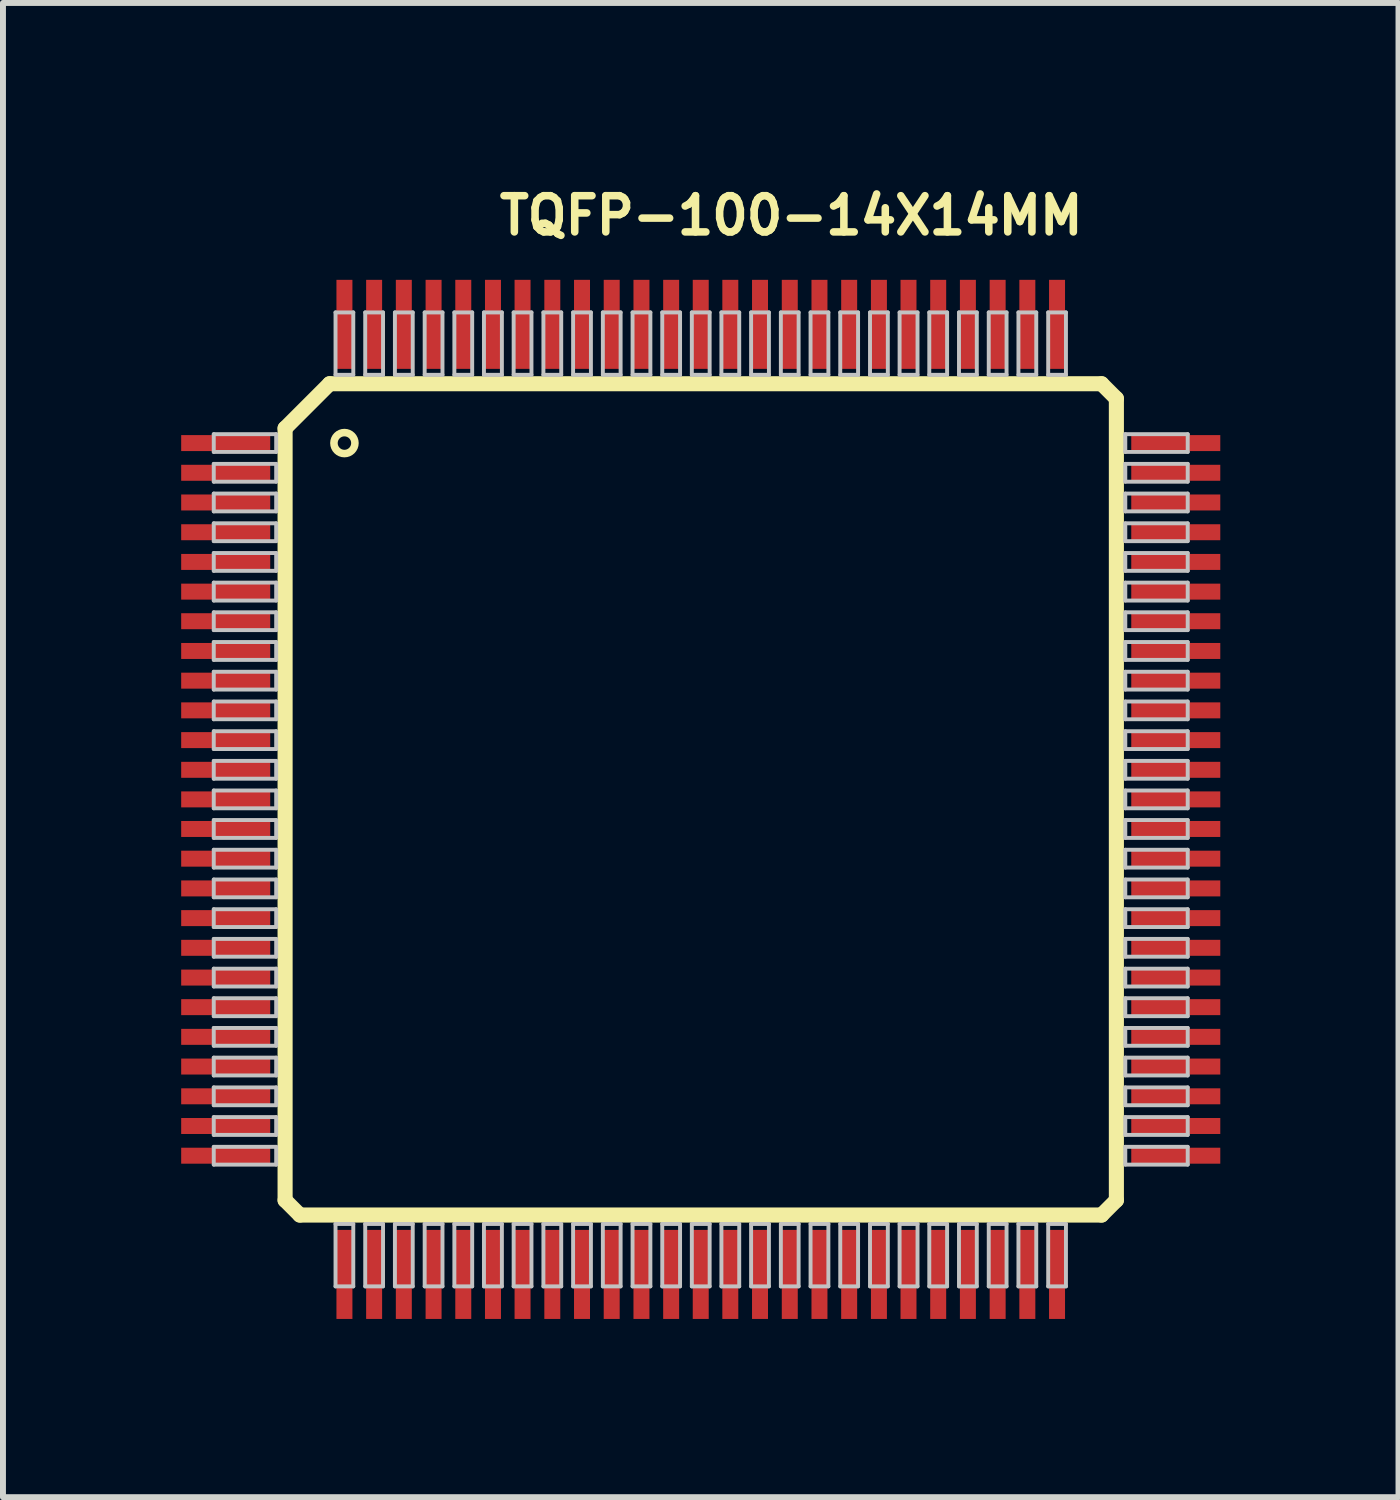
<source format=kicad_pcb>
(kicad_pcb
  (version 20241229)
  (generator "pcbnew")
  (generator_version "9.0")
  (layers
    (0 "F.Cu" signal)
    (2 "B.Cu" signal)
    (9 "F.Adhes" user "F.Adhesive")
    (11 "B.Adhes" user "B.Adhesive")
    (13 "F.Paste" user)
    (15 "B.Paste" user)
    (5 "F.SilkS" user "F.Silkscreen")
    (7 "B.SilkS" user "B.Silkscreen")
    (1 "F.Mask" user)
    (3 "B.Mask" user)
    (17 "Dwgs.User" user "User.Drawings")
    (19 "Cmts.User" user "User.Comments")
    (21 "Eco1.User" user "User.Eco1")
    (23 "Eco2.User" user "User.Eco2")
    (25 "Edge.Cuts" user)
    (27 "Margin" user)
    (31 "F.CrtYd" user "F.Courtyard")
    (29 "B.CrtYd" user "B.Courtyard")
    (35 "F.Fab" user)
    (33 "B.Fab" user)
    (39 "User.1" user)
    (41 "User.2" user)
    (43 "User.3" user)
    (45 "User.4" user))
  (footprint "TQFP-100-14X14MM"
    (layer "F.Cu")
    (at 8.748 10.409)
    (property "Reference" "TQFP-100-14X14MM" (at 1.524 -9.83 0) (layer "F.SilkS") (effects (font (size 0.61 0.61) (thickness 0.127))))
    (attr smd)
    (fp_line (start -6.998 -6.248) (end -6.248 -6.998) (stroke (width 0.254) (type solid)) (layer "F.SilkS"))
    (fp_line (start -6.998 6.749) (end -6.998 -6.248) (stroke (width 0.254) (type solid)) (layer "F.SilkS"))
    (fp_line (start -6.749 6.998) (end -6.998 6.749) (stroke (width 0.254) (type solid)) (layer "F.SilkS"))
    (fp_line (start -6.248 -6.998) (end 6.749 -6.998) (stroke (width 0.254) (type solid)) (layer "F.SilkS"))
    (fp_line (start 6.749 -6.998) (end 6.998 -6.749) (stroke (width 0.254) (type solid)) (layer "F.SilkS"))
    (fp_line (start 6.749 6.998) (end -6.749 6.998) (stroke (width 0.254) (type solid)) (layer "F.SilkS"))
    (fp_line (start 6.998 -6.749) (end 6.998 6.749) (stroke (width 0.254) (type solid)) (layer "F.SilkS"))
    (fp_line (start 6.998 6.749) (end 6.749 6.998) (stroke (width 0.254) (type solid)) (layer "F.SilkS"))
    (fp_circle (center -5.999 -5.999) (end -6.124 -6.124) (stroke (width 0.127) (type solid)) (fill no) (layer "F.SilkS"))
    (fp_line (start -8.199 -6.149) (end -7.148 -6.149) (stroke (width 0.066) (type solid)) (layer "Dwgs.User"))
    (fp_line (start -8.199 -5.85) (end -8.199 -6.149) (stroke (width 0.066) (type solid)) (layer "Dwgs.User"))
    (fp_line (start -8.199 -5.85) (end -7.148 -5.85) (stroke (width 0.066) (type solid)) (layer "Dwgs.User"))
    (fp_line (start -8.199 -5.649) (end -7.148 -5.649) (stroke (width 0.066) (type solid)) (layer "Dwgs.User"))
    (fp_line (start -8.199 -5.349) (end -8.199 -5.649) (stroke (width 0.066) (type solid)) (layer "Dwgs.User"))
    (fp_line (start -8.199 -5.349) (end -7.148 -5.349) (stroke (width 0.066) (type solid)) (layer "Dwgs.User"))
    (fp_line (start -8.199 -5.149) (end -7.148 -5.149) (stroke (width 0.066) (type solid)) (layer "Dwgs.User"))
    (fp_line (start -8.199 -4.849) (end -8.199 -5.149) (stroke (width 0.066) (type solid)) (layer "Dwgs.User"))
    (fp_line (start -8.199 -4.849) (end -7.148 -4.849) (stroke (width 0.066) (type solid)) (layer "Dwgs.User"))
    (fp_line (start -8.199 -4.648) (end -7.148 -4.648) (stroke (width 0.066) (type solid)) (layer "Dwgs.User"))
    (fp_line (start -8.199 -4.348) (end -8.199 -4.648) (stroke (width 0.066) (type solid)) (layer "Dwgs.User"))
    (fp_line (start -8.199 -4.348) (end -7.148 -4.348) (stroke (width 0.066) (type solid)) (layer "Dwgs.User"))
    (fp_line (start -8.199 -4.148) (end -7.148 -4.148) (stroke (width 0.066) (type solid)) (layer "Dwgs.User"))
    (fp_line (start -8.199 -3.848) (end -8.199 -4.148) (stroke (width 0.066) (type solid)) (layer "Dwgs.User"))
    (fp_line (start -8.199 -3.848) (end -7.148 -3.848) (stroke (width 0.066) (type solid)) (layer "Dwgs.User"))
    (fp_line (start -8.199 -3.65) (end -7.148 -3.65) (stroke (width 0.066) (type solid)) (layer "Dwgs.User"))
    (fp_line (start -8.199 -3.348) (end -8.199 -3.65) (stroke (width 0.066) (type solid)) (layer "Dwgs.User"))
    (fp_line (start -8.199 -3.348) (end -7.148 -3.348) (stroke (width 0.066) (type solid)) (layer "Dwgs.User"))
    (fp_line (start -8.199 -3.15) (end -7.148 -3.15) (stroke (width 0.066) (type solid)) (layer "Dwgs.User"))
    (fp_line (start -8.199 -2.85) (end -8.199 -3.15) (stroke (width 0.066) (type solid)) (layer "Dwgs.User"))
    (fp_line (start -8.199 -2.85) (end -7.148 -2.85) (stroke (width 0.066) (type solid)) (layer "Dwgs.User"))
    (fp_line (start -8.199 -2.649) (end -7.148 -2.649) (stroke (width 0.066) (type solid)) (layer "Dwgs.User"))
    (fp_line (start -8.199 -2.349) (end -8.199 -2.649) (stroke (width 0.066) (type solid)) (layer "Dwgs.User"))
    (fp_line (start -8.199 -2.349) (end -7.148 -2.349) (stroke (width 0.066) (type solid)) (layer "Dwgs.User"))
    (fp_line (start -8.199 -2.149) (end -7.148 -2.149) (stroke (width 0.066) (type solid)) (layer "Dwgs.User"))
    (fp_line (start -8.199 -1.849) (end -8.199 -2.149) (stroke (width 0.066) (type solid)) (layer "Dwgs.User"))
    (fp_line (start -8.199 -1.849) (end -7.148 -1.849) (stroke (width 0.066) (type solid)) (layer "Dwgs.User"))
    (fp_line (start -8.199 -1.648) (end -7.148 -1.648) (stroke (width 0.066) (type solid)) (layer "Dwgs.User"))
    (fp_line (start -8.199 -1.349) (end -8.199 -1.648) (stroke (width 0.066) (type solid)) (layer "Dwgs.User"))
    (fp_line (start -8.199 -1.349) (end -7.148 -1.349) (stroke (width 0.066) (type solid)) (layer "Dwgs.User"))
    (fp_line (start -8.199 -1.148) (end -7.148 -1.148) (stroke (width 0.066) (type solid)) (layer "Dwgs.User"))
    (fp_line (start -8.199 -0.848) (end -8.199 -1.148) (stroke (width 0.066) (type solid)) (layer "Dwgs.User"))
    (fp_line (start -8.199 -0.848) (end -7.148 -0.848) (stroke (width 0.066) (type solid)) (layer "Dwgs.User"))
    (fp_line (start -8.199 -0.648) (end -7.148 -0.648) (stroke (width 0.066) (type solid)) (layer "Dwgs.User"))
    (fp_line (start -8.199 -0.348) (end -8.199 -0.648) (stroke (width 0.066) (type solid)) (layer "Dwgs.User"))
    (fp_line (start -8.199 -0.348) (end -7.148 -0.348) (stroke (width 0.066) (type solid)) (layer "Dwgs.User"))
    (fp_line (start -8.199 -0.15) (end -7.148 -0.15) (stroke (width 0.066) (type solid)) (layer "Dwgs.User"))
    (fp_line (start -8.199 0.15) (end -8.199 -0.15) (stroke (width 0.066) (type solid)) (layer "Dwgs.User"))
    (fp_line (start -8.199 0.15) (end -7.148 0.15) (stroke (width 0.066) (type solid)) (layer "Dwgs.User"))
    (fp_line (start -8.199 0.348) (end -7.148 0.348) (stroke (width 0.066) (type solid)) (layer "Dwgs.User"))
    (fp_line (start -8.199 0.648) (end -8.199 0.348) (stroke (width 0.066) (type solid)) (layer "Dwgs.User"))
    (fp_line (start -8.199 0.648) (end -7.148 0.648) (stroke (width 0.066) (type solid)) (layer "Dwgs.User"))
    (fp_line (start -8.199 0.848) (end -7.148 0.848) (stroke (width 0.066) (type solid)) (layer "Dwgs.User"))
    (fp_line (start -8.199 1.148) (end -8.199 0.848) (stroke (width 0.066) (type solid)) (layer "Dwgs.User"))
    (fp_line (start -8.199 1.148) (end -7.148 1.148) (stroke (width 0.066) (type solid)) (layer "Dwgs.User"))
    (fp_line (start -8.199 1.349) (end -7.148 1.349) (stroke (width 0.066) (type solid)) (layer "Dwgs.User"))
    (fp_line (start -8.199 1.648) (end -8.199 1.349) (stroke (width 0.066) (type solid)) (layer "Dwgs.User"))
    (fp_line (start -8.199 1.648) (end -7.148 1.648) (stroke (width 0.066) (type solid)) (layer "Dwgs.User"))
    (fp_line (start -8.199 1.849) (end -7.148 1.849) (stroke (width 0.066) (type solid)) (layer "Dwgs.User"))
    (fp_line (start -8.199 2.149) (end -8.199 1.849) (stroke (width 0.066) (type solid)) (layer "Dwgs.User"))
    (fp_line (start -8.199 2.149) (end -7.148 2.149) (stroke (width 0.066) (type solid)) (layer "Dwgs.User"))
    (fp_line (start -8.199 2.349) (end -7.148 2.349) (stroke (width 0.066) (type solid)) (layer "Dwgs.User"))
    (fp_line (start -8.199 2.649) (end -8.199 2.349) (stroke (width 0.066) (type solid)) (layer "Dwgs.User"))
    (fp_line (start -8.199 2.649) (end -7.148 2.649) (stroke (width 0.066) (type solid)) (layer "Dwgs.User"))
    (fp_line (start -8.199 2.85) (end -7.148 2.85) (stroke (width 0.066) (type solid)) (layer "Dwgs.User"))
    (fp_line (start -8.199 3.15) (end -8.199 2.85) (stroke (width 0.066) (type solid)) (layer "Dwgs.User"))
    (fp_line (start -8.199 3.15) (end -7.148 3.15) (stroke (width 0.066) (type solid)) (layer "Dwgs.User"))
    (fp_line (start -8.199 3.348) (end -7.148 3.348) (stroke (width 0.066) (type solid)) (layer "Dwgs.User"))
    (fp_line (start -8.199 3.65) (end -8.199 3.348) (stroke (width 0.066) (type solid)) (layer "Dwgs.User"))
    (fp_line (start -8.199 3.65) (end -7.148 3.65) (stroke (width 0.066) (type solid)) (layer "Dwgs.User"))
    (fp_line (start -8.199 3.848) (end -7.148 3.848) (stroke (width 0.066) (type solid)) (layer "Dwgs.User"))
    (fp_line (start -8.199 4.148) (end -8.199 3.848) (stroke (width 0.066) (type solid)) (layer "Dwgs.User"))
    (fp_line (start -8.199 4.148) (end -7.148 4.148) (stroke (width 0.066) (type solid)) (layer "Dwgs.User"))
    (fp_line (start -8.199 4.348) (end -7.148 4.348) (stroke (width 0.066) (type solid)) (layer "Dwgs.User"))
    (fp_line (start -8.199 4.648) (end -8.199 4.348) (stroke (width 0.066) (type solid)) (layer "Dwgs.User"))
    (fp_line (start -8.199 4.648) (end -7.148 4.648) (stroke (width 0.066) (type solid)) (layer "Dwgs.User"))
    (fp_line (start -8.199 4.849) (end -7.148 4.849) (stroke (width 0.066) (type solid)) (layer "Dwgs.User"))
    (fp_line (start -8.199 5.149) (end -8.199 4.849) (stroke (width 0.066) (type solid)) (layer "Dwgs.User"))
    (fp_line (start -8.199 5.149) (end -7.148 5.149) (stroke (width 0.066) (type solid)) (layer "Dwgs.User"))
    (fp_line (start -8.199 5.349) (end -7.148 5.349) (stroke (width 0.066) (type solid)) (layer "Dwgs.User"))
    (fp_line (start -8.199 5.649) (end -8.199 5.349) (stroke (width 0.066) (type solid)) (layer "Dwgs.User"))
    (fp_line (start -8.199 5.649) (end -7.148 5.649) (stroke (width 0.066) (type solid)) (layer "Dwgs.User"))
    (fp_line (start -8.199 5.85) (end -7.148 5.85) (stroke (width 0.066) (type solid)) (layer "Dwgs.User"))
    (fp_line (start -8.199 6.149) (end -8.199 5.85) (stroke (width 0.066) (type solid)) (layer "Dwgs.User"))
    (fp_line (start -8.199 6.149) (end -7.148 6.149) (stroke (width 0.066) (type solid)) (layer "Dwgs.User"))
    (fp_line (start -7.148 -5.85) (end -7.148 -6.149) (stroke (width 0.066) (type solid)) (layer "Dwgs.User"))
    (fp_line (start -7.148 -5.349) (end -7.148 -5.649) (stroke (width 0.066) (type solid)) (layer "Dwgs.User"))
    (fp_line (start -7.148 -4.849) (end -7.148 -5.149) (stroke (width 0.066) (type solid)) (layer "Dwgs.User"))
    (fp_line (start -7.148 -4.348) (end -7.148 -4.648) (stroke (width 0.066) (type solid)) (layer "Dwgs.User"))
    (fp_line (start -7.148 -3.848) (end -7.148 -4.148) (stroke (width 0.066) (type solid)) (layer "Dwgs.User"))
    (fp_line (start -7.148 -3.348) (end -7.148 -3.65) (stroke (width 0.066) (type solid)) (layer "Dwgs.User"))
    (fp_line (start -7.148 -2.85) (end -7.148 -3.15) (stroke (width 0.066) (type solid)) (layer "Dwgs.User"))
    (fp_line (start -7.148 -2.349) (end -7.148 -2.649) (stroke (width 0.066) (type solid)) (layer "Dwgs.User"))
    (fp_line (start -7.148 -1.849) (end -7.148 -2.149) (stroke (width 0.066) (type solid)) (layer "Dwgs.User"))
    (fp_line (start -7.148 -1.349) (end -7.148 -1.648) (stroke (width 0.066) (type solid)) (layer "Dwgs.User"))
    (fp_line (start -7.148 -0.848) (end -7.148 -1.148) (stroke (width 0.066) (type solid)) (layer "Dwgs.User"))
    (fp_line (start -7.148 -0.348) (end -7.148 -0.648) (stroke (width 0.066) (type solid)) (layer "Dwgs.User"))
    (fp_line (start -7.148 0.15) (end -7.148 -0.15) (stroke (width 0.066) (type solid)) (layer "Dwgs.User"))
    (fp_line (start -7.148 0.648) (end -7.148 0.348) (stroke (width 0.066) (type solid)) (layer "Dwgs.User"))
    (fp_line (start -7.148 1.148) (end -7.148 0.848) (stroke (width 0.066) (type solid)) (layer "Dwgs.User"))
    (fp_line (start -7.148 1.648) (end -7.148 1.349) (stroke (width 0.066) (type solid)) (layer "Dwgs.User"))
    (fp_line (start -7.148 2.149) (end -7.148 1.849) (stroke (width 0.066) (type solid)) (layer "Dwgs.User"))
    (fp_line (start -7.148 2.649) (end -7.148 2.349) (stroke (width 0.066) (type solid)) (layer "Dwgs.User"))
    (fp_line (start -7.148 3.15) (end -7.148 2.85) (stroke (width 0.066) (type solid)) (layer "Dwgs.User"))
    (fp_line (start -7.148 3.65) (end -7.148 3.348) (stroke (width 0.066) (type solid)) (layer "Dwgs.User"))
    (fp_line (start -7.148 4.148) (end -7.148 3.848) (stroke (width 0.066) (type solid)) (layer "Dwgs.User"))
    (fp_line (start -7.148 4.648) (end -7.148 4.348) (stroke (width 0.066) (type solid)) (layer "Dwgs.User"))
    (fp_line (start -7.148 5.149) (end -7.148 4.849) (stroke (width 0.066) (type solid)) (layer "Dwgs.User"))
    (fp_line (start -7.148 5.649) (end -7.148 5.349) (stroke (width 0.066) (type solid)) (layer "Dwgs.User"))
    (fp_line (start -7.148 6.149) (end -7.148 5.85) (stroke (width 0.066) (type solid)) (layer "Dwgs.User"))
    (fp_line (start -6.149 -8.199) (end -5.85 -8.199) (stroke (width 0.066) (type solid)) (layer "Dwgs.User"))
    (fp_line (start -6.149 -7.148) (end -6.149 -8.199) (stroke (width 0.066) (type solid)) (layer "Dwgs.User"))
    (fp_line (start -6.149 -7.148) (end -5.85 -7.148) (stroke (width 0.066) (type solid)) (layer "Dwgs.User"))
    (fp_line (start -6.149 7.148) (end -5.85 7.148) (stroke (width 0.066) (type solid)) (layer "Dwgs.User"))
    (fp_line (start -6.149 8.199) (end -6.149 7.148) (stroke (width 0.066) (type solid)) (layer "Dwgs.User"))
    (fp_line (start -6.149 8.199) (end -5.85 8.199) (stroke (width 0.066) (type solid)) (layer "Dwgs.User"))
    (fp_line (start -5.85 -7.148) (end -5.85 -8.199) (stroke (width 0.066) (type solid)) (layer "Dwgs.User"))
    (fp_line (start -5.85 8.199) (end -5.85 7.148) (stroke (width 0.066) (type solid)) (layer "Dwgs.User"))
    (fp_line (start -5.649 -8.199) (end -5.349 -8.199) (stroke (width 0.066) (type solid)) (layer "Dwgs.User"))
    (fp_line (start -5.649 -7.148) (end -5.649 -8.199) (stroke (width 0.066) (type solid)) (layer "Dwgs.User"))
    (fp_line (start -5.649 -7.148) (end -5.349 -7.148) (stroke (width 0.066) (type solid)) (layer "Dwgs.User"))
    (fp_line (start -5.649 7.148) (end -5.349 7.148) (stroke (width 0.066) (type solid)) (layer "Dwgs.User"))
    (fp_line (start -5.649 8.199) (end -5.649 7.148) (stroke (width 0.066) (type solid)) (layer "Dwgs.User"))
    (fp_line (start -5.649 8.199) (end -5.349 8.199) (stroke (width 0.066) (type solid)) (layer "Dwgs.User"))
    (fp_line (start -5.349 -7.148) (end -5.349 -8.199) (stroke (width 0.066) (type solid)) (layer "Dwgs.User"))
    (fp_line (start -5.349 8.199) (end -5.349 7.148) (stroke (width 0.066) (type solid)) (layer "Dwgs.User"))
    (fp_line (start -5.149 -8.199) (end -4.849 -8.199) (stroke (width 0.066) (type solid)) (layer "Dwgs.User"))
    (fp_line (start -5.149 -7.148) (end -5.149 -8.199) (stroke (width 0.066) (type solid)) (layer "Dwgs.User"))
    (fp_line (start -5.149 -7.148) (end -4.849 -7.148) (stroke (width 0.066) (type solid)) (layer "Dwgs.User"))
    (fp_line (start -5.149 7.148) (end -4.849 7.148) (stroke (width 0.066) (type solid)) (layer "Dwgs.User"))
    (fp_line (start -5.149 8.199) (end -5.149 7.148) (stroke (width 0.066) (type solid)) (layer "Dwgs.User"))
    (fp_line (start -5.149 8.199) (end -4.849 8.199) (stroke (width 0.066) (type solid)) (layer "Dwgs.User"))
    (fp_line (start -4.849 -7.148) (end -4.849 -8.199) (stroke (width 0.066) (type solid)) (layer "Dwgs.User"))
    (fp_line (start -4.849 8.199) (end -4.849 7.148) (stroke (width 0.066) (type solid)) (layer "Dwgs.User"))
    (fp_line (start -4.648 -8.199) (end -4.348 -8.199) (stroke (width 0.066) (type solid)) (layer "Dwgs.User"))
    (fp_line (start -4.648 -7.148) (end -4.648 -8.199) (stroke (width 0.066) (type solid)) (layer "Dwgs.User"))
    (fp_line (start -4.648 -7.148) (end -4.348 -7.148) (stroke (width 0.066) (type solid)) (layer "Dwgs.User"))
    (fp_line (start -4.648 7.148) (end -4.348 7.148) (stroke (width 0.066) (type solid)) (layer "Dwgs.User"))
    (fp_line (start -4.648 8.199) (end -4.648 7.148) (stroke (width 0.066) (type solid)) (layer "Dwgs.User"))
    (fp_line (start -4.648 8.199) (end -4.348 8.199) (stroke (width 0.066) (type solid)) (layer "Dwgs.User"))
    (fp_line (start -4.348 -7.148) (end -4.348 -8.199) (stroke (width 0.066) (type solid)) (layer "Dwgs.User"))
    (fp_line (start -4.348 8.199) (end -4.348 7.148) (stroke (width 0.066) (type solid)) (layer "Dwgs.User"))
    (fp_line (start -4.148 -8.199) (end -3.848 -8.199) (stroke (width 0.066) (type solid)) (layer "Dwgs.User"))
    (fp_line (start -4.148 -7.148) (end -4.148 -8.199) (stroke (width 0.066) (type solid)) (layer "Dwgs.User"))
    (fp_line (start -4.148 -7.148) (end -3.848 -7.148) (stroke (width 0.066) (type solid)) (layer "Dwgs.User"))
    (fp_line (start -4.148 7.148) (end -3.848 7.148) (stroke (width 0.066) (type solid)) (layer "Dwgs.User"))
    (fp_line (start -4.148 8.199) (end -4.148 7.148) (stroke (width 0.066) (type solid)) (layer "Dwgs.User"))
    (fp_line (start -4.148 8.199) (end -3.848 8.199) (stroke (width 0.066) (type solid)) (layer "Dwgs.User"))
    (fp_line (start -3.848 -7.148) (end -3.848 -8.199) (stroke (width 0.066) (type solid)) (layer "Dwgs.User"))
    (fp_line (start -3.848 8.199) (end -3.848 7.148) (stroke (width 0.066) (type solid)) (layer "Dwgs.User"))
    (fp_line (start -3.65 -8.199) (end -3.348 -8.199) (stroke (width 0.066) (type solid)) (layer "Dwgs.User"))
    (fp_line (start -3.65 -7.148) (end -3.65 -8.199) (stroke (width 0.066) (type solid)) (layer "Dwgs.User"))
    (fp_line (start -3.65 -7.148) (end -3.348 -7.148) (stroke (width 0.066) (type solid)) (layer "Dwgs.User"))
    (fp_line (start -3.65 7.148) (end -3.348 7.148) (stroke (width 0.066) (type solid)) (layer "Dwgs.User"))
    (fp_line (start -3.65 8.199) (end -3.65 7.148) (stroke (width 0.066) (type solid)) (layer "Dwgs.User"))
    (fp_line (start -3.65 8.199) (end -3.348 8.199) (stroke (width 0.066) (type solid)) (layer "Dwgs.User"))
    (fp_line (start -3.348 -7.148) (end -3.348 -8.199) (stroke (width 0.066) (type solid)) (layer "Dwgs.User"))
    (fp_line (start -3.348 8.199) (end -3.348 7.148) (stroke (width 0.066) (type solid)) (layer "Dwgs.User"))
    (fp_line (start -3.15 -8.199) (end -2.85 -8.199) (stroke (width 0.066) (type solid)) (layer "Dwgs.User"))
    (fp_line (start -3.15 -7.148) (end -3.15 -8.199) (stroke (width 0.066) (type solid)) (layer "Dwgs.User"))
    (fp_line (start -3.15 -7.148) (end -2.85 -7.148) (stroke (width 0.066) (type solid)) (layer "Dwgs.User"))
    (fp_line (start -3.15 7.148) (end -2.85 7.148) (stroke (width 0.066) (type solid)) (layer "Dwgs.User"))
    (fp_line (start -3.15 8.199) (end -3.15 7.148) (stroke (width 0.066) (type solid)) (layer "Dwgs.User"))
    (fp_line (start -3.15 8.199) (end -2.85 8.199) (stroke (width 0.066) (type solid)) (layer "Dwgs.User"))
    (fp_line (start -2.85 -7.148) (end -2.85 -8.199) (stroke (width 0.066) (type solid)) (layer "Dwgs.User"))
    (fp_line (start -2.85 8.199) (end -2.85 7.148) (stroke (width 0.066) (type solid)) (layer "Dwgs.User"))
    (fp_line (start -2.649 -8.199) (end -2.349 -8.199) (stroke (width 0.066) (type solid)) (layer "Dwgs.User"))
    (fp_line (start -2.649 -7.148) (end -2.649 -8.199) (stroke (width 0.066) (type solid)) (layer "Dwgs.User"))
    (fp_line (start -2.649 -7.148) (end -2.349 -7.148) (stroke (width 0.066) (type solid)) (layer "Dwgs.User"))
    (fp_line (start -2.649 7.148) (end -2.349 7.148) (stroke (width 0.066) (type solid)) (layer "Dwgs.User"))
    (fp_line (start -2.649 8.199) (end -2.649 7.148) (stroke (width 0.066) (type solid)) (layer "Dwgs.User"))
    (fp_line (start -2.649 8.199) (end -2.349 8.199) (stroke (width 0.066) (type solid)) (layer "Dwgs.User"))
    (fp_line (start -2.349 -7.148) (end -2.349 -8.199) (stroke (width 0.066) (type solid)) (layer "Dwgs.User"))
    (fp_line (start -2.349 8.199) (end -2.349 7.148) (stroke (width 0.066) (type solid)) (layer "Dwgs.User"))
    (fp_line (start -2.149 -8.199) (end -1.849 -8.199) (stroke (width 0.066) (type solid)) (layer "Dwgs.User"))
    (fp_line (start -2.149 -7.148) (end -2.149 -8.199) (stroke (width 0.066) (type solid)) (layer "Dwgs.User"))
    (fp_line (start -2.149 -7.148) (end -1.849 -7.148) (stroke (width 0.066) (type solid)) (layer "Dwgs.User"))
    (fp_line (start -2.149 7.148) (end -1.849 7.148) (stroke (width 0.066) (type solid)) (layer "Dwgs.User"))
    (fp_line (start -2.149 8.199) (end -2.149 7.148) (stroke (width 0.066) (type solid)) (layer "Dwgs.User"))
    (fp_line (start -2.149 8.199) (end -1.849 8.199) (stroke (width 0.066) (type solid)) (layer "Dwgs.User"))
    (fp_line (start -1.849 -7.148) (end -1.849 -8.199) (stroke (width 0.066) (type solid)) (layer "Dwgs.User"))
    (fp_line (start -1.849 8.199) (end -1.849 7.148) (stroke (width 0.066) (type solid)) (layer "Dwgs.User"))
    (fp_line (start -1.648 -8.199) (end -1.349 -8.199) (stroke (width 0.066) (type solid)) (layer "Dwgs.User"))
    (fp_line (start -1.648 -7.148) (end -1.648 -8.199) (stroke (width 0.066) (type solid)) (layer "Dwgs.User"))
    (fp_line (start -1.648 -7.148) (end -1.349 -7.148) (stroke (width 0.066) (type solid)) (layer "Dwgs.User"))
    (fp_line (start -1.648 7.148) (end -1.349 7.148) (stroke (width 0.066) (type solid)) (layer "Dwgs.User"))
    (fp_line (start -1.648 8.199) (end -1.648 7.148) (stroke (width 0.066) (type solid)) (layer "Dwgs.User"))
    (fp_line (start -1.648 8.199) (end -1.349 8.199) (stroke (width 0.066) (type solid)) (layer "Dwgs.User"))
    (fp_line (start -1.349 -7.148) (end -1.349 -8.199) (stroke (width 0.066) (type solid)) (layer "Dwgs.User"))
    (fp_line (start -1.349 8.199) (end -1.349 7.148) (stroke (width 0.066) (type solid)) (layer "Dwgs.User"))
    (fp_line (start -1.148 -8.199) (end -0.848 -8.199) (stroke (width 0.066) (type solid)) (layer "Dwgs.User"))
    (fp_line (start -1.148 -7.148) (end -1.148 -8.199) (stroke (width 0.066) (type solid)) (layer "Dwgs.User"))
    (fp_line (start -1.148 -7.148) (end -0.848 -7.148) (stroke (width 0.066) (type solid)) (layer "Dwgs.User"))
    (fp_line (start -1.148 7.148) (end -0.848 7.148) (stroke (width 0.066) (type solid)) (layer "Dwgs.User"))
    (fp_line (start -1.148 8.199) (end -1.148 7.148) (stroke (width 0.066) (type solid)) (layer "Dwgs.User"))
    (fp_line (start -1.148 8.199) (end -0.848 8.199) (stroke (width 0.066) (type solid)) (layer "Dwgs.User"))
    (fp_line (start -0.848 -7.148) (end -0.848 -8.199) (stroke (width 0.066) (type solid)) (layer "Dwgs.User"))
    (fp_line (start -0.848 8.199) (end -0.848 7.148) (stroke (width 0.066) (type solid)) (layer "Dwgs.User"))
    (fp_line (start -0.648 -8.199) (end -0.348 -8.199) (stroke (width 0.066) (type solid)) (layer "Dwgs.User"))
    (fp_line (start -0.648 -7.148) (end -0.648 -8.199) (stroke (width 0.066) (type solid)) (layer "Dwgs.User"))
    (fp_line (start -0.648 -7.148) (end -0.348 -7.148) (stroke (width 0.066) (type solid)) (layer "Dwgs.User"))
    (fp_line (start -0.648 7.148) (end -0.348 7.148) (stroke (width 0.066) (type solid)) (layer "Dwgs.User"))
    (fp_line (start -0.648 8.199) (end -0.648 7.148) (stroke (width 0.066) (type solid)) (layer "Dwgs.User"))
    (fp_line (start -0.648 8.199) (end -0.348 8.199) (stroke (width 0.066) (type solid)) (layer "Dwgs.User"))
    (fp_line (start -0.348 -7.148) (end -0.348 -8.199) (stroke (width 0.066) (type solid)) (layer "Dwgs.User"))
    (fp_line (start -0.348 8.199) (end -0.348 7.148) (stroke (width 0.066) (type solid)) (layer "Dwgs.User"))
    (fp_line (start -0.15 -8.199) (end 0.15 -8.199) (stroke (width 0.066) (type solid)) (layer "Dwgs.User"))
    (fp_line (start -0.15 -7.148) (end -0.15 -8.199) (stroke (width 0.066) (type solid)) (layer "Dwgs.User"))
    (fp_line (start -0.15 -7.148) (end 0.15 -7.148) (stroke (width 0.066) (type solid)) (layer "Dwgs.User"))
    (fp_line (start -0.15 7.148) (end 0.15 7.148) (stroke (width 0.066) (type solid)) (layer "Dwgs.User"))
    (fp_line (start -0.15 8.199) (end -0.15 7.148) (stroke (width 0.066) (type solid)) (layer "Dwgs.User"))
    (fp_line (start -0.15 8.199) (end 0.15 8.199) (stroke (width 0.066) (type solid)) (layer "Dwgs.User"))
    (fp_line (start 0.15 -7.148) (end 0.15 -8.199) (stroke (width 0.066) (type solid)) (layer "Dwgs.User"))
    (fp_line (start 0.15 8.199) (end 0.15 7.148) (stroke (width 0.066) (type solid)) (layer "Dwgs.User"))
    (fp_line (start 0.348 -8.199) (end 0.648 -8.199) (stroke (width 0.066) (type solid)) (layer "Dwgs.User"))
    (fp_line (start 0.348 -7.148) (end 0.348 -8.199) (stroke (width 0.066) (type solid)) (layer "Dwgs.User"))
    (fp_line (start 0.348 -7.148) (end 0.648 -7.148) (stroke (width 0.066) (type solid)) (layer "Dwgs.User"))
    (fp_line (start 0.348 7.148) (end 0.648 7.148) (stroke (width 0.066) (type solid)) (layer "Dwgs.User"))
    (fp_line (start 0.348 8.199) (end 0.348 7.148) (stroke (width 0.066) (type solid)) (layer "Dwgs.User"))
    (fp_line (start 0.348 8.199) (end 0.648 8.199) (stroke (width 0.066) (type solid)) (layer "Dwgs.User"))
    (fp_line (start 0.648 -7.148) (end 0.648 -8.199) (stroke (width 0.066) (type solid)) (layer "Dwgs.User"))
    (fp_line (start 0.648 8.199) (end 0.648 7.148) (stroke (width 0.066) (type solid)) (layer "Dwgs.User"))
    (fp_line (start 0.848 -8.199) (end 1.148 -8.199) (stroke (width 0.066) (type solid)) (layer "Dwgs.User"))
    (fp_line (start 0.848 -7.148) (end 0.848 -8.199) (stroke (width 0.066) (type solid)) (layer "Dwgs.User"))
    (fp_line (start 0.848 -7.148) (end 1.148 -7.148) (stroke (width 0.066) (type solid)) (layer "Dwgs.User"))
    (fp_line (start 0.848 7.148) (end 1.148 7.148) (stroke (width 0.066) (type solid)) (layer "Dwgs.User"))
    (fp_line (start 0.848 8.199) (end 0.848 7.148) (stroke (width 0.066) (type solid)) (layer "Dwgs.User"))
    (fp_line (start 0.848 8.199) (end 1.148 8.199) (stroke (width 0.066) (type solid)) (layer "Dwgs.User"))
    (fp_line (start 1.148 -7.148) (end 1.148 -8.199) (stroke (width 0.066) (type solid)) (layer "Dwgs.User"))
    (fp_line (start 1.148 8.199) (end 1.148 7.148) (stroke (width 0.066) (type solid)) (layer "Dwgs.User"))
    (fp_line (start 1.349 -8.199) (end 1.648 -8.199) (stroke (width 0.066) (type solid)) (layer "Dwgs.User"))
    (fp_line (start 1.349 -7.148) (end 1.349 -8.199) (stroke (width 0.066) (type solid)) (layer "Dwgs.User"))
    (fp_line (start 1.349 -7.148) (end 1.648 -7.148) (stroke (width 0.066) (type solid)) (layer "Dwgs.User"))
    (fp_line (start 1.349 7.148) (end 1.648 7.148) (stroke (width 0.066) (type solid)) (layer "Dwgs.User"))
    (fp_line (start 1.349 8.199) (end 1.349 7.148) (stroke (width 0.066) (type solid)) (layer "Dwgs.User"))
    (fp_line (start 1.349 8.199) (end 1.648 8.199) (stroke (width 0.066) (type solid)) (layer "Dwgs.User"))
    (fp_line (start 1.648 -7.148) (end 1.648 -8.199) (stroke (width 0.066) (type solid)) (layer "Dwgs.User"))
    (fp_line (start 1.648 8.199) (end 1.648 7.148) (stroke (width 0.066) (type solid)) (layer "Dwgs.User"))
    (fp_line (start 1.849 -8.199) (end 2.149 -8.199) (stroke (width 0.066) (type solid)) (layer "Dwgs.User"))
    (fp_line (start 1.849 -7.148) (end 1.849 -8.199) (stroke (width 0.066) (type solid)) (layer "Dwgs.User"))
    (fp_line (start 1.849 -7.148) (end 2.149 -7.148) (stroke (width 0.066) (type solid)) (layer "Dwgs.User"))
    (fp_line (start 1.849 7.148) (end 2.149 7.148) (stroke (width 0.066) (type solid)) (layer "Dwgs.User"))
    (fp_line (start 1.849 8.199) (end 1.849 7.148) (stroke (width 0.066) (type solid)) (layer "Dwgs.User"))
    (fp_line (start 1.849 8.199) (end 2.149 8.199) (stroke (width 0.066) (type solid)) (layer "Dwgs.User"))
    (fp_line (start 2.149 -7.148) (end 2.149 -8.199) (stroke (width 0.066) (type solid)) (layer "Dwgs.User"))
    (fp_line (start 2.149 8.199) (end 2.149 7.148) (stroke (width 0.066) (type solid)) (layer "Dwgs.User"))
    (fp_line (start 2.349 -8.199) (end 2.649 -8.199) (stroke (width 0.066) (type solid)) (layer "Dwgs.User"))
    (fp_line (start 2.349 -7.148) (end 2.349 -8.199) (stroke (width 0.066) (type solid)) (layer "Dwgs.User"))
    (fp_line (start 2.349 -7.148) (end 2.649 -7.148) (stroke (width 0.066) (type solid)) (layer "Dwgs.User"))
    (fp_line (start 2.349 7.148) (end 2.649 7.148) (stroke (width 0.066) (type solid)) (layer "Dwgs.User"))
    (fp_line (start 2.349 8.199) (end 2.349 7.148) (stroke (width 0.066) (type solid)) (layer "Dwgs.User"))
    (fp_line (start 2.349 8.199) (end 2.649 8.199) (stroke (width 0.066) (type solid)) (layer "Dwgs.User"))
    (fp_line (start 2.649 -7.148) (end 2.649 -8.199) (stroke (width 0.066) (type solid)) (layer "Dwgs.User"))
    (fp_line (start 2.649 8.199) (end 2.649 7.148) (stroke (width 0.066) (type solid)) (layer "Dwgs.User"))
    (fp_line (start 2.85 -8.199) (end 3.15 -8.199) (stroke (width 0.066) (type solid)) (layer "Dwgs.User"))
    (fp_line (start 2.85 -7.148) (end 2.85 -8.199) (stroke (width 0.066) (type solid)) (layer "Dwgs.User"))
    (fp_line (start 2.85 -7.148) (end 3.15 -7.148) (stroke (width 0.066) (type solid)) (layer "Dwgs.User"))
    (fp_line (start 2.85 7.148) (end 3.15 7.148) (stroke (width 0.066) (type solid)) (layer "Dwgs.User"))
    (fp_line (start 2.85 8.199) (end 2.85 7.148) (stroke (width 0.066) (type solid)) (layer "Dwgs.User"))
    (fp_line (start 2.85 8.199) (end 3.15 8.199) (stroke (width 0.066) (type solid)) (layer "Dwgs.User"))
    (fp_line (start 3.15 -7.148) (end 3.15 -8.199) (stroke (width 0.066) (type solid)) (layer "Dwgs.User"))
    (fp_line (start 3.15 8.199) (end 3.15 7.148) (stroke (width 0.066) (type solid)) (layer "Dwgs.User"))
    (fp_line (start 3.348 -8.199) (end 3.65 -8.199) (stroke (width 0.066) (type solid)) (layer "Dwgs.User"))
    (fp_line (start 3.348 -7.148) (end 3.348 -8.199) (stroke (width 0.066) (type solid)) (layer "Dwgs.User"))
    (fp_line (start 3.348 -7.148) (end 3.65 -7.148) (stroke (width 0.066) (type solid)) (layer "Dwgs.User"))
    (fp_line (start 3.348 7.148) (end 3.65 7.148) (stroke (width 0.066) (type solid)) (layer "Dwgs.User"))
    (fp_line (start 3.348 8.199) (end 3.348 7.148) (stroke (width 0.066) (type solid)) (layer "Dwgs.User"))
    (fp_line (start 3.348 8.199) (end 3.65 8.199) (stroke (width 0.066) (type solid)) (layer "Dwgs.User"))
    (fp_line (start 3.65 -7.148) (end 3.65 -8.199) (stroke (width 0.066) (type solid)) (layer "Dwgs.User"))
    (fp_line (start 3.65 8.199) (end 3.65 7.148) (stroke (width 0.066) (type solid)) (layer "Dwgs.User"))
    (fp_line (start 3.848 -8.199) (end 4.148 -8.199) (stroke (width 0.066) (type solid)) (layer "Dwgs.User"))
    (fp_line (start 3.848 -7.148) (end 3.848 -8.199) (stroke (width 0.066) (type solid)) (layer "Dwgs.User"))
    (fp_line (start 3.848 -7.148) (end 4.148 -7.148) (stroke (width 0.066) (type solid)) (layer "Dwgs.User"))
    (fp_line (start 3.848 7.148) (end 4.148 7.148) (stroke (width 0.066) (type solid)) (layer "Dwgs.User"))
    (fp_line (start 3.848 8.199) (end 3.848 7.148) (stroke (width 0.066) (type solid)) (layer "Dwgs.User"))
    (fp_line (start 3.848 8.199) (end 4.148 8.199) (stroke (width 0.066) (type solid)) (layer "Dwgs.User"))
    (fp_line (start 4.148 -7.148) (end 4.148 -8.199) (stroke (width 0.066) (type solid)) (layer "Dwgs.User"))
    (fp_line (start 4.148 8.199) (end 4.148 7.148) (stroke (width 0.066) (type solid)) (layer "Dwgs.User"))
    (fp_line (start 4.348 -8.199) (end 4.648 -8.199) (stroke (width 0.066) (type solid)) (layer "Dwgs.User"))
    (fp_line (start 4.348 -7.148) (end 4.348 -8.199) (stroke (width 0.066) (type solid)) (layer "Dwgs.User"))
    (fp_line (start 4.348 -7.148) (end 4.648 -7.148) (stroke (width 0.066) (type solid)) (layer "Dwgs.User"))
    (fp_line (start 4.348 7.148) (end 4.648 7.148) (stroke (width 0.066) (type solid)) (layer "Dwgs.User"))
    (fp_line (start 4.348 8.199) (end 4.348 7.148) (stroke (width 0.066) (type solid)) (layer "Dwgs.User"))
    (fp_line (start 4.348 8.199) (end 4.648 8.199) (stroke (width 0.066) (type solid)) (layer "Dwgs.User"))
    (fp_line (start 4.648 -7.148) (end 4.648 -8.199) (stroke (width 0.066) (type solid)) (layer "Dwgs.User"))
    (fp_line (start 4.648 8.199) (end 4.648 7.148) (stroke (width 0.066) (type solid)) (layer "Dwgs.User"))
    (fp_line (start 4.849 -8.199) (end 5.149 -8.199) (stroke (width 0.066) (type solid)) (layer "Dwgs.User"))
    (fp_line (start 4.849 -7.148) (end 4.849 -8.199) (stroke (width 0.066) (type solid)) (layer "Dwgs.User"))
    (fp_line (start 4.849 -7.148) (end 5.149 -7.148) (stroke (width 0.066) (type solid)) (layer "Dwgs.User"))
    (fp_line (start 4.849 7.148) (end 5.149 7.148) (stroke (width 0.066) (type solid)) (layer "Dwgs.User"))
    (fp_line (start 4.849 8.199) (end 4.849 7.148) (stroke (width 0.066) (type solid)) (layer "Dwgs.User"))
    (fp_line (start 4.849 8.199) (end 5.149 8.199) (stroke (width 0.066) (type solid)) (layer "Dwgs.User"))
    (fp_line (start 5.149 -7.148) (end 5.149 -8.199) (stroke (width 0.066) (type solid)) (layer "Dwgs.User"))
    (fp_line (start 5.149 8.199) (end 5.149 7.148) (stroke (width 0.066) (type solid)) (layer "Dwgs.User"))
    (fp_line (start 5.349 -8.199) (end 5.649 -8.199) (stroke (width 0.066) (type solid)) (layer "Dwgs.User"))
    (fp_line (start 5.349 -7.148) (end 5.349 -8.199) (stroke (width 0.066) (type solid)) (layer "Dwgs.User"))
    (fp_line (start 5.349 -7.148) (end 5.649 -7.148) (stroke (width 0.066) (type solid)) (layer "Dwgs.User"))
    (fp_line (start 5.349 7.148) (end 5.649 7.148) (stroke (width 0.066) (type solid)) (layer "Dwgs.User"))
    (fp_line (start 5.349 8.199) (end 5.349 7.148) (stroke (width 0.066) (type solid)) (layer "Dwgs.User"))
    (fp_line (start 5.349 8.199) (end 5.649 8.199) (stroke (width 0.066) (type solid)) (layer "Dwgs.User"))
    (fp_line (start 5.649 -7.148) (end 5.649 -8.199) (stroke (width 0.066) (type solid)) (layer "Dwgs.User"))
    (fp_line (start 5.649 8.199) (end 5.649 7.148) (stroke (width 0.066) (type solid)) (layer "Dwgs.User"))
    (fp_line (start 5.85 -8.199) (end 6.149 -8.199) (stroke (width 0.066) (type solid)) (layer "Dwgs.User"))
    (fp_line (start 5.85 -7.148) (end 5.85 -8.199) (stroke (width 0.066) (type solid)) (layer "Dwgs.User"))
    (fp_line (start 5.85 -7.148) (end 6.149 -7.148) (stroke (width 0.066) (type solid)) (layer "Dwgs.User"))
    (fp_line (start 5.85 7.148) (end 6.149 7.148) (stroke (width 0.066) (type solid)) (layer "Dwgs.User"))
    (fp_line (start 5.85 8.199) (end 5.85 7.148) (stroke (width 0.066) (type solid)) (layer "Dwgs.User"))
    (fp_line (start 5.85 8.199) (end 6.149 8.199) (stroke (width 0.066) (type solid)) (layer "Dwgs.User"))
    (fp_line (start 6.149 -7.148) (end 6.149 -8.199) (stroke (width 0.066) (type solid)) (layer "Dwgs.User"))
    (fp_line (start 6.149 8.199) (end 6.149 7.148) (stroke (width 0.066) (type solid)) (layer "Dwgs.User"))
    (fp_line (start 7.148 -6.149) (end 8.199 -6.149) (stroke (width 0.066) (type solid)) (layer "Dwgs.User"))
    (fp_line (start 7.148 -5.85) (end 7.148 -6.149) (stroke (width 0.066) (type solid)) (layer "Dwgs.User"))
    (fp_line (start 7.148 -5.85) (end 8.199 -5.85) (stroke (width 0.066) (type solid)) (layer "Dwgs.User"))
    (fp_line (start 7.148 -5.649) (end 8.199 -5.649) (stroke (width 0.066) (type solid)) (layer "Dwgs.User"))
    (fp_line (start 7.148 -5.349) (end 7.148 -5.649) (stroke (width 0.066) (type solid)) (layer "Dwgs.User"))
    (fp_line (start 7.148 -5.349) (end 8.199 -5.349) (stroke (width 0.066) (type solid)) (layer "Dwgs.User"))
    (fp_line (start 7.148 -5.149) (end 8.199 -5.149) (stroke (width 0.066) (type solid)) (layer "Dwgs.User"))
    (fp_line (start 7.148 -4.849) (end 7.148 -5.149) (stroke (width 0.066) (type solid)) (layer "Dwgs.User"))
    (fp_line (start 7.148 -4.849) (end 8.199 -4.849) (stroke (width 0.066) (type solid)) (layer "Dwgs.User"))
    (fp_line (start 7.148 -4.648) (end 8.199 -4.648) (stroke (width 0.066) (type solid)) (layer "Dwgs.User"))
    (fp_line (start 7.148 -4.348) (end 7.148 -4.648) (stroke (width 0.066) (type solid)) (layer "Dwgs.User"))
    (fp_line (start 7.148 -4.348) (end 8.199 -4.348) (stroke (width 0.066) (type solid)) (layer "Dwgs.User"))
    (fp_line (start 7.148 -4.148) (end 8.199 -4.148) (stroke (width 0.066) (type solid)) (layer "Dwgs.User"))
    (fp_line (start 7.148 -3.848) (end 7.148 -4.148) (stroke (width 0.066) (type solid)) (layer "Dwgs.User"))
    (fp_line (start 7.148 -3.848) (end 8.199 -3.848) (stroke (width 0.066) (type solid)) (layer "Dwgs.User"))
    (fp_line (start 7.148 -3.65) (end 8.199 -3.65) (stroke (width 0.066) (type solid)) (layer "Dwgs.User"))
    (fp_line (start 7.148 -3.348) (end 7.148 -3.65) (stroke (width 0.066) (type solid)) (layer "Dwgs.User"))
    (fp_line (start 7.148 -3.348) (end 8.199 -3.348) (stroke (width 0.066) (type solid)) (layer "Dwgs.User"))
    (fp_line (start 7.148 -3.15) (end 8.199 -3.15) (stroke (width 0.066) (type solid)) (layer "Dwgs.User"))
    (fp_line (start 7.148 -2.85) (end 7.148 -3.15) (stroke (width 0.066) (type solid)) (layer "Dwgs.User"))
    (fp_line (start 7.148 -2.85) (end 8.199 -2.85) (stroke (width 0.066) (type solid)) (layer "Dwgs.User"))
    (fp_line (start 7.148 -2.649) (end 8.199 -2.649) (stroke (width 0.066) (type solid)) (layer "Dwgs.User"))
    (fp_line (start 7.148 -2.349) (end 7.148 -2.649) (stroke (width 0.066) (type solid)) (layer "Dwgs.User"))
    (fp_line (start 7.148 -2.349) (end 8.199 -2.349) (stroke (width 0.066) (type solid)) (layer "Dwgs.User"))
    (fp_line (start 7.148 -2.149) (end 8.199 -2.149) (stroke (width 0.066) (type solid)) (layer "Dwgs.User"))
    (fp_line (start 7.148 -1.849) (end 7.148 -2.149) (stroke (width 0.066) (type solid)) (layer "Dwgs.User"))
    (fp_line (start 7.148 -1.849) (end 8.199 -1.849) (stroke (width 0.066) (type solid)) (layer "Dwgs.User"))
    (fp_line (start 7.148 -1.648) (end 8.199 -1.648) (stroke (width 0.066) (type solid)) (layer "Dwgs.User"))
    (fp_line (start 7.148 -1.349) (end 7.148 -1.648) (stroke (width 0.066) (type solid)) (layer "Dwgs.User"))
    (fp_line (start 7.148 -1.349) (end 8.199 -1.349) (stroke (width 0.066) (type solid)) (layer "Dwgs.User"))
    (fp_line (start 7.148 -1.148) (end 8.199 -1.148) (stroke (width 0.066) (type solid)) (layer "Dwgs.User"))
    (fp_line (start 7.148 -0.848) (end 7.148 -1.148) (stroke (width 0.066) (type solid)) (layer "Dwgs.User"))
    (fp_line (start 7.148 -0.848) (end 8.199 -0.848) (stroke (width 0.066) (type solid)) (layer "Dwgs.User"))
    (fp_line (start 7.148 -0.648) (end 8.199 -0.648) (stroke (width 0.066) (type solid)) (layer "Dwgs.User"))
    (fp_line (start 7.148 -0.348) (end 7.148 -0.648) (stroke (width 0.066) (type solid)) (layer "Dwgs.User"))
    (fp_line (start 7.148 -0.348) (end 8.199 -0.348) (stroke (width 0.066) (type solid)) (layer "Dwgs.User"))
    (fp_line (start 7.148 -0.15) (end 8.199 -0.15) (stroke (width 0.066) (type solid)) (layer "Dwgs.User"))
    (fp_line (start 7.148 0.15) (end 7.148 -0.15) (stroke (width 0.066) (type solid)) (layer "Dwgs.User"))
    (fp_line (start 7.148 0.15) (end 8.199 0.15) (stroke (width 0.066) (type solid)) (layer "Dwgs.User"))
    (fp_line (start 7.148 0.348) (end 8.199 0.348) (stroke (width 0.066) (type solid)) (layer "Dwgs.User"))
    (fp_line (start 7.148 0.648) (end 7.148 0.348) (stroke (width 0.066) (type solid)) (layer "Dwgs.User"))
    (fp_line (start 7.148 0.648) (end 8.199 0.648) (stroke (width 0.066) (type solid)) (layer "Dwgs.User"))
    (fp_line (start 7.148 0.848) (end 8.199 0.848) (stroke (width 0.066) (type solid)) (layer "Dwgs.User"))
    (fp_line (start 7.148 1.148) (end 7.148 0.848) (stroke (width 0.066) (type solid)) (layer "Dwgs.User"))
    (fp_line (start 7.148 1.148) (end 8.199 1.148) (stroke (width 0.066) (type solid)) (layer "Dwgs.User"))
    (fp_line (start 7.148 1.349) (end 8.199 1.349) (stroke (width 0.066) (type solid)) (layer "Dwgs.User"))
    (fp_line (start 7.148 1.648) (end 7.148 1.349) (stroke (width 0.066) (type solid)) (layer "Dwgs.User"))
    (fp_line (start 7.148 1.648) (end 8.199 1.648) (stroke (width 0.066) (type solid)) (layer "Dwgs.User"))
    (fp_line (start 7.148 1.849) (end 8.199 1.849) (stroke (width 0.066) (type solid)) (layer "Dwgs.User"))
    (fp_line (start 7.148 2.149) (end 7.148 1.849) (stroke (width 0.066) (type solid)) (layer "Dwgs.User"))
    (fp_line (start 7.148 2.149) (end 8.199 2.149) (stroke (width 0.066) (type solid)) (layer "Dwgs.User"))
    (fp_line (start 7.148 2.349) (end 8.199 2.349) (stroke (width 0.066) (type solid)) (layer "Dwgs.User"))
    (fp_line (start 7.148 2.649) (end 7.148 2.349) (stroke (width 0.066) (type solid)) (layer "Dwgs.User"))
    (fp_line (start 7.148 2.649) (end 8.199 2.649) (stroke (width 0.066) (type solid)) (layer "Dwgs.User"))
    (fp_line (start 7.148 2.85) (end 8.199 2.85) (stroke (width 0.066) (type solid)) (layer "Dwgs.User"))
    (fp_line (start 7.148 3.15) (end 7.148 2.85) (stroke (width 0.066) (type solid)) (layer "Dwgs.User"))
    (fp_line (start 7.148 3.15) (end 8.199 3.15) (stroke (width 0.066) (type solid)) (layer "Dwgs.User"))
    (fp_line (start 7.148 3.348) (end 8.199 3.348) (stroke (width 0.066) (type solid)) (layer "Dwgs.User"))
    (fp_line (start 7.148 3.65) (end 7.148 3.348) (stroke (width 0.066) (type solid)) (layer "Dwgs.User"))
    (fp_line (start 7.148 3.65) (end 8.199 3.65) (stroke (width 0.066) (type solid)) (layer "Dwgs.User"))
    (fp_line (start 7.148 3.848) (end 8.199 3.848) (stroke (width 0.066) (type solid)) (layer "Dwgs.User"))
    (fp_line (start 7.148 4.148) (end 7.148 3.848) (stroke (width 0.066) (type solid)) (layer "Dwgs.User"))
    (fp_line (start 7.148 4.148) (end 8.199 4.148) (stroke (width 0.066) (type solid)) (layer "Dwgs.User"))
    (fp_line (start 7.148 4.348) (end 8.199 4.348) (stroke (width 0.066) (type solid)) (layer "Dwgs.User"))
    (fp_line (start 7.148 4.648) (end 7.148 4.348) (stroke (width 0.066) (type solid)) (layer "Dwgs.User"))
    (fp_line (start 7.148 4.648) (end 8.199 4.648) (stroke (width 0.066) (type solid)) (layer "Dwgs.User"))
    (fp_line (start 7.148 4.849) (end 8.199 4.849) (stroke (width 0.066) (type solid)) (layer "Dwgs.User"))
    (fp_line (start 7.148 5.149) (end 7.148 4.849) (stroke (width 0.066) (type solid)) (layer "Dwgs.User"))
    (fp_line (start 7.148 5.149) (end 8.199 5.149) (stroke (width 0.066) (type solid)) (layer "Dwgs.User"))
    (fp_line (start 7.148 5.349) (end 8.199 5.349) (stroke (width 0.066) (type solid)) (layer "Dwgs.User"))
    (fp_line (start 7.148 5.649) (end 7.148 5.349) (stroke (width 0.066) (type solid)) (layer "Dwgs.User"))
    (fp_line (start 7.148 5.649) (end 8.199 5.649) (stroke (width 0.066) (type solid)) (layer "Dwgs.User"))
    (fp_line (start 7.148 5.85) (end 8.199 5.85) (stroke (width 0.066) (type solid)) (layer "Dwgs.User"))
    (fp_line (start 7.148 6.149) (end 7.148 5.85) (stroke (width 0.066) (type solid)) (layer "Dwgs.User"))
    (fp_line (start 7.148 6.149) (end 8.199 6.149) (stroke (width 0.066) (type solid)) (layer "Dwgs.User"))
    (fp_line (start 8.199 -5.85) (end 8.199 -6.149) (stroke (width 0.066) (type solid)) (layer "Dwgs.User"))
    (fp_line (start 8.199 -5.349) (end 8.199 -5.649) (stroke (width 0.066) (type solid)) (layer "Dwgs.User"))
    (fp_line (start 8.199 -4.849) (end 8.199 -5.149) (stroke (width 0.066) (type solid)) (layer "Dwgs.User"))
    (fp_line (start 8.199 -4.348) (end 8.199 -4.648) (stroke (width 0.066) (type solid)) (layer "Dwgs.User"))
    (fp_line (start 8.199 -3.848) (end 8.199 -4.148) (stroke (width 0.066) (type solid)) (layer "Dwgs.User"))
    (fp_line (start 8.199 -3.348) (end 8.199 -3.65) (stroke (width 0.066) (type solid)) (layer "Dwgs.User"))
    (fp_line (start 8.199 -2.85) (end 8.199 -3.15) (stroke (width 0.066) (type solid)) (layer "Dwgs.User"))
    (fp_line (start 8.199 -2.349) (end 8.199 -2.649) (stroke (width 0.066) (type solid)) (layer "Dwgs.User"))
    (fp_line (start 8.199 -1.849) (end 8.199 -2.149) (stroke (width 0.066) (type solid)) (layer "Dwgs.User"))
    (fp_line (start 8.199 -1.349) (end 8.199 -1.648) (stroke (width 0.066) (type solid)) (layer "Dwgs.User"))
    (fp_line (start 8.199 -0.848) (end 8.199 -1.148) (stroke (width 0.066) (type solid)) (layer "Dwgs.User"))
    (fp_line (start 8.199 -0.348) (end 8.199 -0.648) (stroke (width 0.066) (type solid)) (layer "Dwgs.User"))
    (fp_line (start 8.199 0.15) (end 8.199 -0.15) (stroke (width 0.066) (type solid)) (layer "Dwgs.User"))
    (fp_line (start 8.199 0.648) (end 8.199 0.348) (stroke (width 0.066) (type solid)) (layer "Dwgs.User"))
    (fp_line (start 8.199 1.148) (end 8.199 0.848) (stroke (width 0.066) (type solid)) (layer "Dwgs.User"))
    (fp_line (start 8.199 1.648) (end 8.199 1.349) (stroke (width 0.066) (type solid)) (layer "Dwgs.User"))
    (fp_line (start 8.199 2.149) (end 8.199 1.849) (stroke (width 0.066) (type solid)) (layer "Dwgs.User"))
    (fp_line (start 8.199 2.649) (end 8.199 2.349) (stroke (width 0.066) (type solid)) (layer "Dwgs.User"))
    (fp_line (start 8.199 3.15) (end 8.199 2.85) (stroke (width 0.066) (type solid)) (layer "Dwgs.User"))
    (fp_line (start 8.199 3.65) (end 8.199 3.348) (stroke (width 0.066) (type solid)) (layer "Dwgs.User"))
    (fp_line (start 8.199 4.148) (end 8.199 3.848) (stroke (width 0.066) (type solid)) (layer "Dwgs.User"))
    (fp_line (start 8.199 4.648) (end 8.199 4.348) (stroke (width 0.066) (type solid)) (layer "Dwgs.User"))
    (fp_line (start 8.199 5.149) (end 8.199 4.849) (stroke (width 0.066) (type solid)) (layer "Dwgs.User"))
    (fp_line (start 8.199 5.649) (end 8.199 5.349) (stroke (width 0.066) (type solid)) (layer "Dwgs.User"))
    (fp_line (start 8.199 6.149) (end 8.199 5.85) (stroke (width 0.066) (type solid)) (layer "Dwgs.User"))
    (pad "1" smd rect (at -7.998 -5.999) (size 1.499 0.269) (layers "F.Cu" "F.Mask" "F.Paste"))
    (pad "2" smd rect (at -7.998 -5.499) (size 1.499 0.269) (layers "F.Cu" "F.Mask" "F.Paste"))
    (pad "3" smd rect (at -7.998 -4.999) (size 1.499 0.269) (layers "F.Cu" "F.Mask" "F.Paste"))
    (pad "4" smd rect (at -7.998 -4.498) (size 1.499 0.269) (layers "F.Cu" "F.Mask" "F.Paste"))
    (pad "5" smd rect (at -7.998 -3.998) (size 1.499 0.269) (layers "F.Cu" "F.Mask" "F.Paste"))
    (pad "6" smd rect (at -7.998 -3.498) (size 1.499 0.269) (layers "F.Cu" "F.Mask" "F.Paste"))
    (pad "7" smd rect (at -7.998 -3) (size 1.499 0.269) (layers "F.Cu" "F.Mask" "F.Paste"))
    (pad "8" smd rect (at -7.998 -2.499) (size 1.499 0.269) (layers "F.Cu" "F.Mask" "F.Paste"))
    (pad "9" smd rect (at -7.998 -1.999) (size 1.499 0.269) (layers "F.Cu" "F.Mask" "F.Paste"))
    (pad "10" smd rect (at -7.998 -1.499) (size 1.499 0.269) (layers "F.Cu" "F.Mask" "F.Paste"))
    (pad "11" smd rect (at -7.998 -0.998) (size 1.499 0.269) (layers "F.Cu" "F.Mask" "F.Paste"))
    (pad "12" smd rect (at -7.998 -0.498) (size 1.499 0.269) (layers "F.Cu" "F.Mask" "F.Paste"))
    (pad "13" smd rect (at -7.998 0) (size 1.499 0.269) (layers "F.Cu" "F.Mask" "F.Paste"))
    (pad "14" smd rect (at -7.998 0.498) (size 1.499 0.269) (layers "F.Cu" "F.Mask" "F.Paste"))
    (pad "15" smd rect (at -7.998 0.998) (size 1.499 0.269) (layers "F.Cu" "F.Mask" "F.Paste"))
    (pad "16" smd rect (at -7.998 1.499) (size 1.499 0.269) (layers "F.Cu" "F.Mask" "F.Paste"))
    (pad "17" smd rect (at -7.998 1.999) (size 1.499 0.269) (layers "F.Cu" "F.Mask" "F.Paste"))
    (pad "18" smd rect (at -7.998 2.499) (size 1.499 0.269) (layers "F.Cu" "F.Mask" "F.Paste"))
    (pad "19" smd rect (at -7.998 3) (size 1.499 0.269) (layers "F.Cu" "F.Mask" "F.Paste"))
    (pad "20" smd rect (at -7.998 3.498) (size 1.499 0.269) (layers "F.Cu" "F.Mask" "F.Paste"))
    (pad "21" smd rect (at -7.998 3.998) (size 1.499 0.269) (layers "F.Cu" "F.Mask" "F.Paste"))
    (pad "22" smd rect (at -7.998 4.498) (size 1.499 0.269) (layers "F.Cu" "F.Mask" "F.Paste"))
    (pad "23" smd rect (at -7.998 4.999) (size 1.499 0.269) (layers "F.Cu" "F.Mask" "F.Paste"))
    (pad "24" smd rect (at -7.998 5.499) (size 1.499 0.269) (layers "F.Cu" "F.Mask" "F.Paste"))
    (pad "25" smd rect (at -7.998 5.999) (size 1.499 0.269) (layers "F.Cu" "F.Mask" "F.Paste"))
    (pad "26" smd rect (at -5.999 7.998) (size 0.269 1.499) (layers "F.Cu" "F.Mask" "F.Paste"))
    (pad "27" smd rect (at -5.499 7.998) (size 0.269 1.499) (layers "F.Cu" "F.Mask" "F.Paste"))
    (pad "28" smd rect (at -4.999 7.998) (size 0.269 1.499) (layers "F.Cu" "F.Mask" "F.Paste"))
    (pad "29" smd rect (at -4.498 7.998) (size 0.269 1.499) (layers "F.Cu" "F.Mask" "F.Paste"))
    (pad "30" smd rect (at -3.998 7.998) (size 0.269 1.499) (layers "F.Cu" "F.Mask" "F.Paste"))
    (pad "31" smd rect (at -3.498 7.998) (size 0.269 1.499) (layers "F.Cu" "F.Mask" "F.Paste"))
    (pad "32" smd rect (at -3 7.998) (size 0.269 1.499) (layers "F.Cu" "F.Mask" "F.Paste"))
    (pad "33" smd rect (at -2.499 7.998) (size 0.269 1.499) (layers "F.Cu" "F.Mask" "F.Paste"))
    (pad "34" smd rect (at -1.999 7.998) (size 0.269 1.499) (layers "F.Cu" "F.Mask" "F.Paste"))
    (pad "35" smd rect (at -1.499 7.998) (size 0.269 1.499) (layers "F.Cu" "F.Mask" "F.Paste"))
    (pad "36" smd rect (at -0.998 7.998) (size 0.269 1.499) (layers "F.Cu" "F.Mask" "F.Paste"))
    (pad "37" smd rect (at -0.498 7.998) (size 0.269 1.499) (layers "F.Cu" "F.Mask" "F.Paste"))
    (pad "38" smd rect (at 0 7.998) (size 0.269 1.499) (layers "F.Cu" "F.Mask" "F.Paste"))
    (pad "39" smd rect (at 0.498 7.998) (size 0.269 1.499) (layers "F.Cu" "F.Mask" "F.Paste"))
    (pad "40" smd rect (at 0.998 7.998) (size 0.269 1.499) (layers "F.Cu" "F.Mask" "F.Paste"))
    (pad "41" smd rect (at 1.499 7.998) (size 0.269 1.499) (layers "F.Cu" "F.Mask" "F.Paste"))
    (pad "42" smd rect (at 1.999 7.998) (size 0.269 1.499) (layers "F.Cu" "F.Mask" "F.Paste"))
    (pad "43" smd rect (at 2.499 7.998) (size 0.269 1.499) (layers "F.Cu" "F.Mask" "F.Paste"))
    (pad "44" smd rect (at 3 7.998) (size 0.269 1.499) (layers "F.Cu" "F.Mask" "F.Paste"))
    (pad "45" smd rect (at 3.498 7.998) (size 0.269 1.499) (layers "F.Cu" "F.Mask" "F.Paste"))
    (pad "46" smd rect (at 3.998 7.998) (size 0.269 1.499) (layers "F.Cu" "F.Mask" "F.Paste"))
    (pad "47" smd rect (at 4.498 7.998) (size 0.269 1.499) (layers "F.Cu" "F.Mask" "F.Paste"))
    (pad "48" smd rect (at 4.999 7.998) (size 0.269 1.499) (layers "F.Cu" "F.Mask" "F.Paste"))
    (pad "49" smd rect (at 5.499 7.998) (size 0.269 1.499) (layers "F.Cu" "F.Mask" "F.Paste"))
    (pad "50" smd rect (at 5.999 7.998) (size 0.269 1.499) (layers "F.Cu" "F.Mask" "F.Paste"))
    (pad "51" smd rect (at 7.998 5.999) (size 1.499 0.269) (layers "F.Cu" "F.Mask" "F.Paste"))
    (pad "52" smd rect (at 7.998 5.499) (size 1.499 0.269) (layers "F.Cu" "F.Mask" "F.Paste"))
    (pad "53" smd rect (at 7.998 4.999) (size 1.499 0.269) (layers "F.Cu" "F.Mask" "F.Paste"))
    (pad "54" smd rect (at 7.998 4.498) (size 1.499 0.269) (layers "F.Cu" "F.Mask" "F.Paste"))
    (pad "55" smd rect (at 7.998 3.998) (size 1.499 0.269) (layers "F.Cu" "F.Mask" "F.Paste"))
    (pad "56" smd rect (at 7.998 3.498) (size 1.499 0.269) (layers "F.Cu" "F.Mask" "F.Paste"))
    (pad "57" smd rect (at 7.998 3) (size 1.499 0.269) (layers "F.Cu" "F.Mask" "F.Paste"))
    (pad "58" smd rect (at 7.998 2.499) (size 1.499 0.269) (layers "F.Cu" "F.Mask" "F.Paste"))
    (pad "59" smd rect (at 7.998 1.999) (size 1.499 0.269) (layers "F.Cu" "F.Mask" "F.Paste"))
    (pad "60" smd rect (at 7.998 1.499) (size 1.499 0.269) (layers "F.Cu" "F.Mask" "F.Paste"))
    (pad "61" smd rect (at 7.998 0.998) (size 1.499 0.269) (layers "F.Cu" "F.Mask" "F.Paste"))
    (pad "62" smd rect (at 7.998 0.498) (size 1.499 0.269) (layers "F.Cu" "F.Mask" "F.Paste"))
    (pad "63" smd rect (at 7.998 0) (size 1.499 0.269) (layers "F.Cu" "F.Mask" "F.Paste"))
    (pad "64" smd rect (at 7.998 -0.498) (size 1.499 0.269) (layers "F.Cu" "F.Mask" "F.Paste"))
    (pad "65" smd rect (at 7.998 -0.998) (size 1.499 0.269) (layers "F.Cu" "F.Mask" "F.Paste"))
    (pad "66" smd rect (at 7.998 -1.499) (size 1.499 0.269) (layers "F.Cu" "F.Mask" "F.Paste"))
    (pad "67" smd rect (at 7.998 -1.999) (size 1.499 0.269) (layers "F.Cu" "F.Mask" "F.Paste"))
    (pad "68" smd rect (at 7.998 -2.499) (size 1.499 0.269) (layers "F.Cu" "F.Mask" "F.Paste"))
    (pad "69" smd rect (at 7.998 -3) (size 1.499 0.269) (layers "F.Cu" "F.Mask" "F.Paste"))
    (pad "70" smd rect (at 7.998 -3.498) (size 1.499 0.269) (layers "F.Cu" "F.Mask" "F.Paste"))
    (pad "71" smd rect (at 7.998 -3.998) (size 1.499 0.269) (layers "F.Cu" "F.Mask" "F.Paste"))
    (pad "72" smd rect (at 7.998 -4.498) (size 1.499 0.269) (layers "F.Cu" "F.Mask" "F.Paste"))
    (pad "73" smd rect (at 7.998 -4.999) (size 1.499 0.269) (layers "F.Cu" "F.Mask" "F.Paste"))
    (pad "74" smd rect (at 7.998 -5.499) (size 1.499 0.269) (layers "F.Cu" "F.Mask" "F.Paste"))
    (pad "75" smd rect (at 7.998 -5.999) (size 1.499 0.269) (layers "F.Cu" "F.Mask" "F.Paste"))
    (pad "76" smd rect (at 5.999 -7.998) (size 0.269 1.499) (layers "F.Cu" "F.Mask" "F.Paste"))
    (pad "77" smd rect (at 5.499 -7.998) (size 0.269 1.499) (layers "F.Cu" "F.Mask" "F.Paste"))
    (pad "78" smd rect (at 4.999 -7.998) (size 0.269 1.499) (layers "F.Cu" "F.Mask" "F.Paste"))
    (pad "79" smd rect (at 4.498 -7.998) (size 0.269 1.499) (layers "F.Cu" "F.Mask" "F.Paste"))
    (pad "80" smd rect (at 3.998 -7.998) (size 0.269 1.499) (layers "F.Cu" "F.Mask" "F.Paste"))
    (pad "81" smd rect (at 3.498 -7.998) (size 0.269 1.499) (layers "F.Cu" "F.Mask" "F.Paste"))
    (pad "82" smd rect (at 3 -7.998) (size 0.269 1.499) (layers "F.Cu" "F.Mask" "F.Paste"))
    (pad "83" smd rect (at 2.499 -7.998) (size 0.269 1.499) (layers "F.Cu" "F.Mask" "F.Paste"))
    (pad "84" smd rect (at 1.999 -7.998) (size 0.269 1.499) (layers "F.Cu" "F.Mask" "F.Paste"))
    (pad "85" smd rect (at 1.499 -7.998) (size 0.269 1.499) (layers "F.Cu" "F.Mask" "F.Paste"))
    (pad "86" smd rect (at 0.998 -7.998) (size 0.269 1.499) (layers "F.Cu" "F.Mask" "F.Paste"))
    (pad "87" smd rect (at 0.498 -7.998) (size 0.269 1.499) (layers "F.Cu" "F.Mask" "F.Paste"))
    (pad "88" smd rect (at 0 -7.998) (size 0.269 1.499) (layers "F.Cu" "F.Mask" "F.Paste"))
    (pad "89" smd rect (at -0.498 -7.998) (size 0.269 1.499) (layers "F.Cu" "F.Mask" "F.Paste"))
    (pad "90" smd rect (at -0.998 -7.998) (size 0.269 1.499) (layers "F.Cu" "F.Mask" "F.Paste"))
    (pad "91" smd rect (at -1.499 -7.998) (size 0.269 1.499) (layers "F.Cu" "F.Mask" "F.Paste"))
    (pad "92" smd rect (at -1.999 -7.998) (size 0.269 1.499) (layers "F.Cu" "F.Mask" "F.Paste"))
    (pad "93" smd rect (at -2.499 -7.998) (size 0.269 1.499) (layers "F.Cu" "F.Mask" "F.Paste"))
    (pad "94" smd rect (at -3 -7.998) (size 0.269 1.499) (layers "F.Cu" "F.Mask" "F.Paste"))
    (pad "95" smd rect (at -3.498 -7.998) (size 0.269 1.499) (layers "F.Cu" "F.Mask" "F.Paste"))
    (pad "96" smd rect (at -3.998 -7.998) (size 0.269 1.499) (layers "F.Cu" "F.Mask" "F.Paste"))
    (pad "97" smd rect (at -4.498 -7.998) (size 0.269 1.499) (layers "F.Cu" "F.Mask" "F.Paste"))
    (pad "98" smd rect (at -4.999 -7.998) (size 0.269 1.499) (layers "F.Cu" "F.Mask" "F.Paste"))
    (pad "99" smd rect (at -5.499 -7.998) (size 0.269 1.499) (layers "F.Cu" "F.Mask" "F.Paste"))
    (pad "100" smd rect (at -5.999 -7.998) (size 0.269 1.499) (layers "F.Cu" "F.Mask" "F.Paste")))
  (gr_rect
    (start -3 -3)
    (end 20.496 22.157)
    (stroke (width 0.1) (type default))
    (fill no)
    (layer "Edge.Cuts")))
</source>
